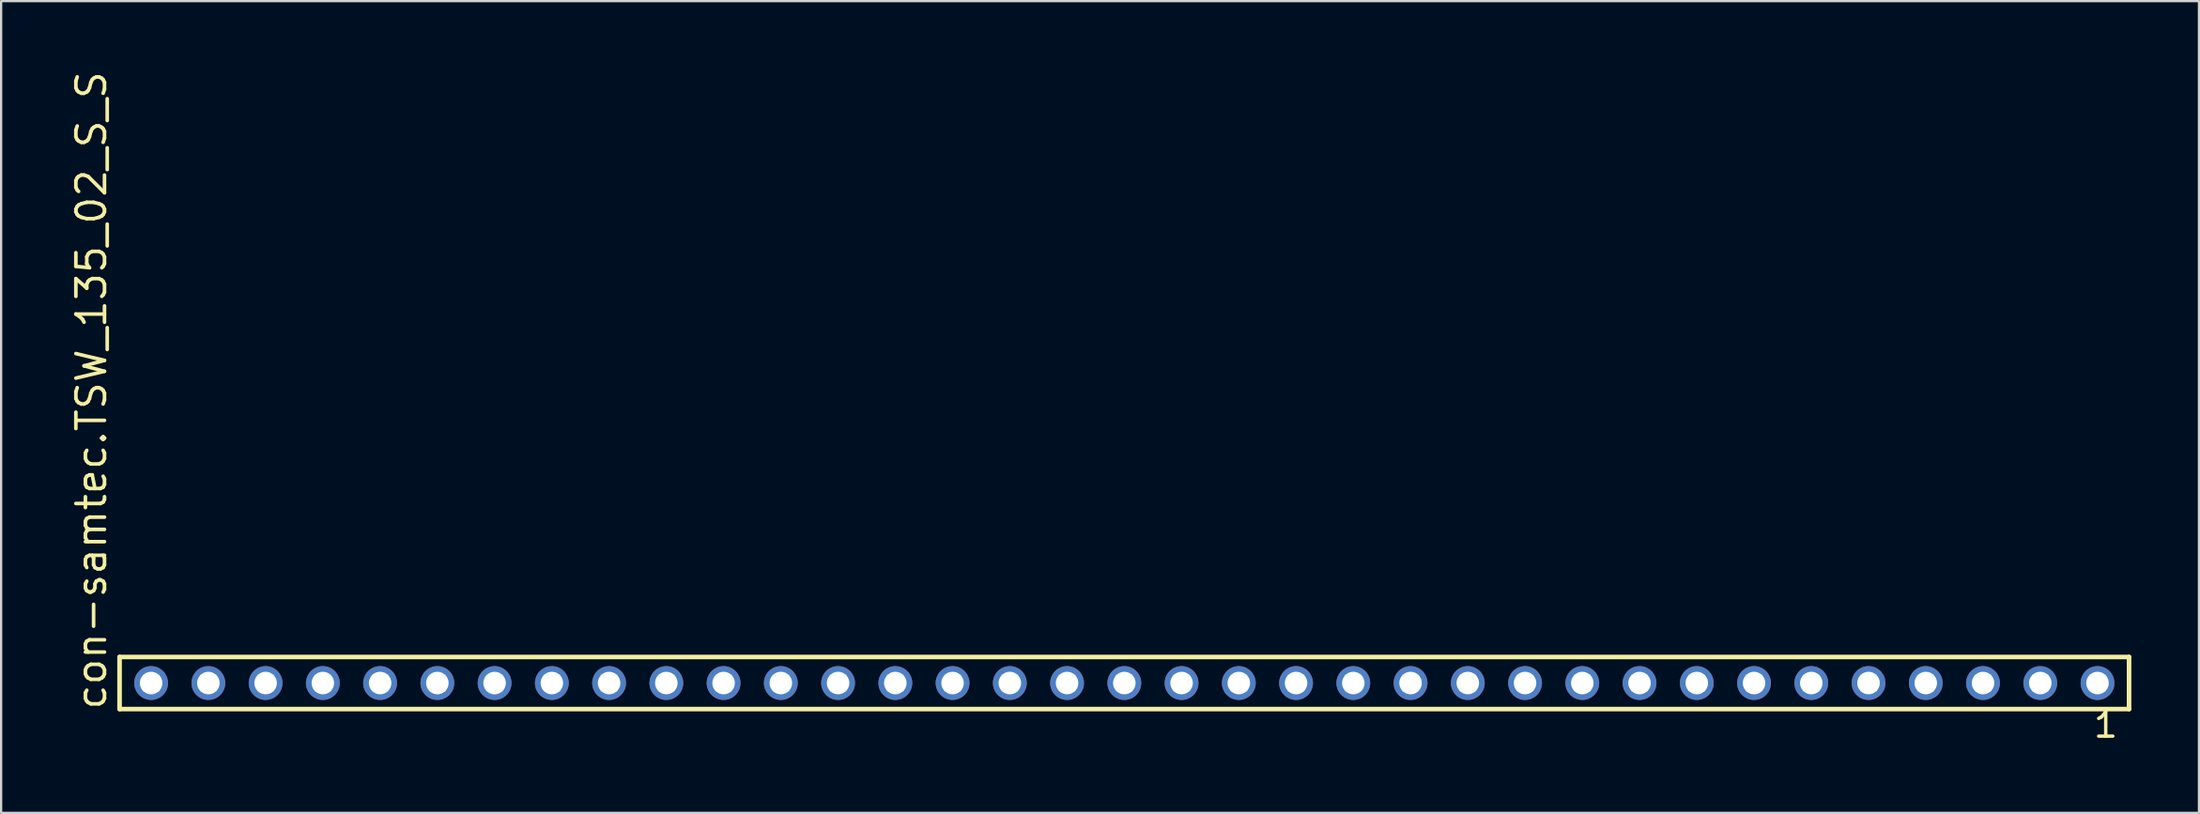
<source format=kicad_pcb>
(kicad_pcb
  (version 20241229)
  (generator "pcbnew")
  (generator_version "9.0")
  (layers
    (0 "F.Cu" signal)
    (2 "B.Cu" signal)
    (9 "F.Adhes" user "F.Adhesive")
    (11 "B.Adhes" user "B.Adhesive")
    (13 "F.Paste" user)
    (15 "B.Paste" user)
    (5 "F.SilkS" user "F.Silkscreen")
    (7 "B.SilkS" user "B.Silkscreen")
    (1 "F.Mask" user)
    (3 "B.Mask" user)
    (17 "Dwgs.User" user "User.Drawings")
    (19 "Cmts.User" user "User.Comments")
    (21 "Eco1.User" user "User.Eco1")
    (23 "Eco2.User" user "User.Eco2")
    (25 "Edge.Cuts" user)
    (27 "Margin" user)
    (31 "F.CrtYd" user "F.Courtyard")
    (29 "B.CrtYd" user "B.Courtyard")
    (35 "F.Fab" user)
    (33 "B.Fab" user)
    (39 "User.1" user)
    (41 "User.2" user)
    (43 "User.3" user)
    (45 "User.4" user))
  (footprint "con-samtec.TSW_135_02_S_S"
    (layer "F.Cu")
    (at 46.835 27.259)
    (property "Reference" "con-samtec.TSW_135_02_S_S" (at -45.085 1.27 90) (layer "F.SilkS") (effects (font (size 1.27 1.27) (thickness 0.16)) (justify left bottom)))
    (attr through_hole)
    (fp_line (start -44.579 -1.155) (end 44.579 -1.155) (stroke (width 0.203) (type default)) (layer "F.SilkS"))
    (fp_line (start -44.579 1.155) (end -44.579 -1.155) (stroke (width 0.203) (type default)) (layer "F.SilkS"))
    (fp_line (start 44.579 -1.155) (end 44.579 1.155) (stroke (width 0.203) (type default)) (layer "F.SilkS"))
    (fp_line (start 44.579 1.155) (end -44.579 1.155) (stroke (width 0.203) (type default)) (layer "F.SilkS"))
    (fp_rect (start -43.53 0.35) (end -42.83 -0.35) (stroke (width 0.05) (type default)) (fill no) (layer "F.Fab"))
    (fp_rect (start -40.99 0.35) (end -40.29 -0.35) (stroke (width 0.05) (type default)) (fill no) (layer "F.Fab"))
    (fp_rect (start -38.45 0.35) (end -37.75 -0.35) (stroke (width 0.05) (type default)) (fill no) (layer "F.Fab"))
    (fp_rect (start -35.91 0.35) (end -35.21 -0.35) (stroke (width 0.05) (type default)) (fill no) (layer "F.Fab"))
    (fp_rect (start -33.37 0.35) (end -32.67 -0.35) (stroke (width 0.05) (type default)) (fill no) (layer "F.Fab"))
    (fp_rect (start -30.83 0.35) (end -30.13 -0.35) (stroke (width 0.05) (type default)) (fill no) (layer "F.Fab"))
    (fp_rect (start -28.29 0.35) (end -27.59 -0.35) (stroke (width 0.05) (type default)) (fill no) (layer "F.Fab"))
    (fp_rect (start -25.75 0.35) (end -25.05 -0.35) (stroke (width 0.05) (type default)) (fill no) (layer "F.Fab"))
    (fp_rect (start -23.21 0.35) (end -22.51 -0.35) (stroke (width 0.05) (type default)) (fill no) (layer "F.Fab"))
    (fp_rect (start -20.67 0.35) (end -19.97 -0.35) (stroke (width 0.05) (type default)) (fill no) (layer "F.Fab"))
    (fp_rect (start -18.13 0.35) (end -17.43 -0.35) (stroke (width 0.05) (type default)) (fill no) (layer "F.Fab"))
    (fp_rect (start -15.59 0.35) (end -14.89 -0.35) (stroke (width 0.05) (type default)) (fill no) (layer "F.Fab"))
    (fp_rect (start -13.05 0.35) (end -12.35 -0.35) (stroke (width 0.05) (type default)) (fill no) (layer "F.Fab"))
    (fp_rect (start -10.51 0.35) (end -9.81 -0.35) (stroke (width 0.05) (type default)) (fill no) (layer "F.Fab"))
    (fp_rect (start -7.97 0.35) (end -7.27 -0.35) (stroke (width 0.05) (type default)) (fill no) (layer "F.Fab"))
    (fp_rect (start -5.43 0.35) (end -4.73 -0.35) (stroke (width 0.05) (type default)) (fill no) (layer "F.Fab"))
    (fp_rect (start -2.89 0.35) (end -2.19 -0.35) (stroke (width 0.05) (type default)) (fill no) (layer "F.Fab"))
    (fp_rect (start -0.35 0.35) (end 0.35 -0.35) (stroke (width 0.05) (type default)) (fill no) (layer "F.Fab"))
    (fp_rect (start 2.19 0.35) (end 2.89 -0.35) (stroke (width 0.05) (type default)) (fill no) (layer "F.Fab"))
    (fp_rect (start 4.73 0.35) (end 5.43 -0.35) (stroke (width 0.05) (type default)) (fill no) (layer "F.Fab"))
    (fp_rect (start 7.27 0.35) (end 7.97 -0.35) (stroke (width 0.05) (type default)) (fill no) (layer "F.Fab"))
    (fp_rect (start 9.81 0.35) (end 10.51 -0.35) (stroke (width 0.05) (type default)) (fill no) (layer "F.Fab"))
    (fp_rect (start 12.35 0.35) (end 13.05 -0.35) (stroke (width 0.05) (type default)) (fill no) (layer "F.Fab"))
    (fp_rect (start 14.89 0.35) (end 15.59 -0.35) (stroke (width 0.05) (type default)) (fill no) (layer "F.Fab"))
    (fp_rect (start 17.43 0.35) (end 18.13 -0.35) (stroke (width 0.05) (type default)) (fill no) (layer "F.Fab"))
    (fp_rect (start 19.97 0.35) (end 20.67 -0.35) (stroke (width 0.05) (type default)) (fill no) (layer "F.Fab"))
    (fp_rect (start 22.51 0.35) (end 23.21 -0.35) (stroke (width 0.05) (type default)) (fill no) (layer "F.Fab"))
    (fp_rect (start 25.05 0.35) (end 25.75 -0.35) (stroke (width 0.05) (type default)) (fill no) (layer "F.Fab"))
    (fp_rect (start 27.59 0.35) (end 28.29 -0.35) (stroke (width 0.05) (type default)) (fill no) (layer "F.Fab"))
    (fp_rect (start 30.13 0.35) (end 30.83 -0.35) (stroke (width 0.05) (type default)) (fill no) (layer "F.Fab"))
    (fp_rect (start 32.67 0.35) (end 33.37 -0.35) (stroke (width 0.05) (type default)) (fill no) (layer "F.Fab"))
    (fp_rect (start 35.21 0.35) (end 35.91 -0.35) (stroke (width 0.05) (type default)) (fill no) (layer "F.Fab"))
    (fp_rect (start 37.75 0.35) (end 38.45 -0.35) (stroke (width 0.05) (type default)) (fill no) (layer "F.Fab"))
    (fp_rect (start 40.29 0.35) (end 40.99 -0.35) (stroke (width 0.05) (type default)) (fill no) (layer "F.Fab"))
    (fp_rect (start 42.83 0.35) (end 43.53 -0.35) (stroke (width 0.05) (type default)) (fill no) (layer "F.Fab"))
    (fp_text user "1" (at 42.922 2.498 0) (layer "F.SilkS") (effects (font (size 1.1 1.1) (thickness 0.15)) (justify left bottom)))
    (pad "1" thru_hole circle (at 43.18 0 180) (size 1.5 1.5) (drill 1) (layers "*.Cu" "*.Mask"))
    (pad "2" thru_hole circle (at 40.64 0 180) (size 1.5 1.5) (drill 1) (layers "*.Cu" "*.Mask"))
    (pad "3" thru_hole circle (at 38.1 0 180) (size 1.5 1.5) (drill 1) (layers "*.Cu" "*.Mask"))
    (pad "4" thru_hole circle (at 35.56 0 180) (size 1.5 1.5) (drill 1) (layers "*.Cu" "*.Mask"))
    (pad "5" thru_hole circle (at 33.02 0 180) (size 1.5 1.5) (drill 1) (layers "*.Cu" "*.Mask"))
    (pad "6" thru_hole circle (at 30.48 0 180) (size 1.5 1.5) (drill 1) (layers "*.Cu" "*.Mask"))
    (pad "7" thru_hole circle (at 27.94 0 180) (size 1.5 1.5) (drill 1) (layers "*.Cu" "*.Mask"))
    (pad "8" thru_hole circle (at 25.4 0 180) (size 1.5 1.5) (drill 1) (layers "*.Cu" "*.Mask"))
    (pad "9" thru_hole circle (at 22.86 0 180) (size 1.5 1.5) (drill 1) (layers "*.Cu" "*.Mask"))
    (pad "10" thru_hole circle (at 20.32 0 180) (size 1.5 1.5) (drill 1) (layers "*.Cu" "*.Mask"))
    (pad "11" thru_hole circle (at 17.78 0 180) (size 1.5 1.5) (drill 1) (layers "*.Cu" "*.Mask"))
    (pad "12" thru_hole circle (at 15.24 0 180) (size 1.5 1.5) (drill 1) (layers "*.Cu" "*.Mask"))
    (pad "13" thru_hole circle (at 12.7 0 180) (size 1.5 1.5) (drill 1) (layers "*.Cu" "*.Mask"))
    (pad "14" thru_hole circle (at 10.16 0 180) (size 1.5 1.5) (drill 1) (layers "*.Cu" "*.Mask"))
    (pad "15" thru_hole circle (at 7.62 0 180) (size 1.5 1.5) (drill 1) (layers "*.Cu" "*.Mask"))
    (pad "16" thru_hole circle (at 5.08 0 180) (size 1.5 1.5) (drill 1) (layers "*.Cu" "*.Mask"))
    (pad "17" thru_hole circle (at 2.54 0 180) (size 1.5 1.5) (drill 1) (layers "*.Cu" "*.Mask"))
    (pad "18" thru_hole circle (at 0 0 180) (size 1.5 1.5) (drill 1) (layers "*.Cu" "*.Mask"))
    (pad "19" thru_hole circle (at -2.54 0 180) (size 1.5 1.5) (drill 1) (layers "*.Cu" "*.Mask"))
    (pad "20" thru_hole circle (at -5.08 0 180) (size 1.5 1.5) (drill 1) (layers "*.Cu" "*.Mask"))
    (pad "21" thru_hole circle (at -7.62 0 180) (size 1.5 1.5) (drill 1) (layers "*.Cu" "*.Mask"))
    (pad "22" thru_hole circle (at -10.16 0 180) (size 1.5 1.5) (drill 1) (layers "*.Cu" "*.Mask"))
    (pad "23" thru_hole circle (at -12.7 0 180) (size 1.5 1.5) (drill 1) (layers "*.Cu" "*.Mask"))
    (pad "24" thru_hole circle (at -15.24 0 180) (size 1.5 1.5) (drill 1) (layers "*.Cu" "*.Mask"))
    (pad "25" thru_hole circle (at -17.78 0 180) (size 1.5 1.5) (drill 1) (layers "*.Cu" "*.Mask"))
    (pad "26" thru_hole circle (at -20.32 0 180) (size 1.5 1.5) (drill 1) (layers "*.Cu" "*.Mask"))
    (pad "27" thru_hole circle (at -22.86 0 180) (size 1.5 1.5) (drill 1) (layers "*.Cu" "*.Mask"))
    (pad "28" thru_hole circle (at -25.4 0 180) (size 1.5 1.5) (drill 1) (layers "*.Cu" "*.Mask"))
    (pad "29" thru_hole circle (at -27.94 0 180) (size 1.5 1.5) (drill 1) (layers "*.Cu" "*.Mask"))
    (pad "30" thru_hole circle (at -30.48 0 180) (size 1.5 1.5) (drill 1) (layers "*.Cu" "*.Mask"))
    (pad "31" thru_hole circle (at -33.02 0 180) (size 1.5 1.5) (drill 1) (layers "*.Cu" "*.Mask"))
    (pad "32" thru_hole circle (at -35.56 0 180) (size 1.5 1.5) (drill 1) (layers "*.Cu" "*.Mask"))
    (pad "33" thru_hole circle (at -38.1 0 180) (size 1.5 1.5) (drill 1) (layers "*.Cu" "*.Mask"))
    (pad "34" thru_hole circle (at -40.64 0 180) (size 1.5 1.5) (drill 1) (layers "*.Cu" "*.Mask"))
    (pad "35" thru_hole circle (at -43.18 0 180) (size 1.5 1.5) (drill 1) (layers "*.Cu" "*.Mask")))
  (gr_rect
    (start -3 -3)
    (end 94.516 33.02)
    (stroke (width 0.1) (type default))
    (fill no)
    (layer "Edge.Cuts")))
</source>
